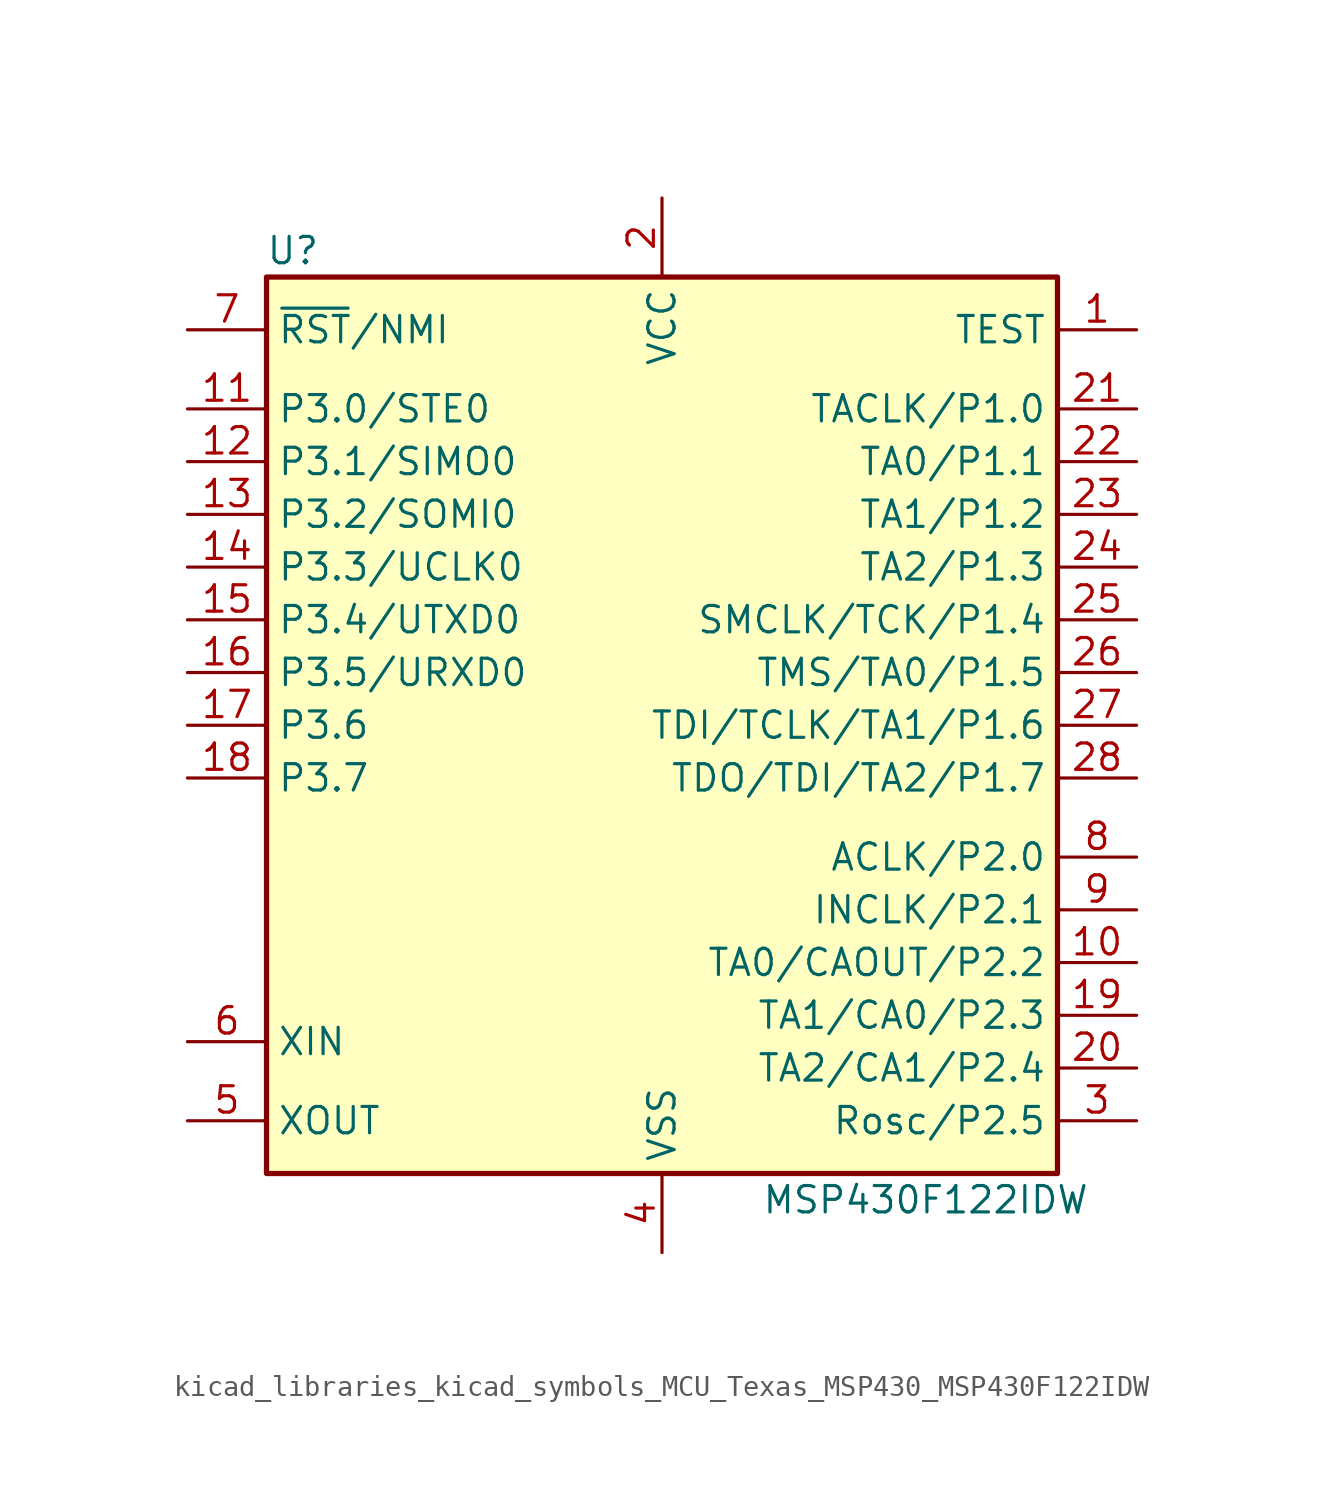
<source format=kicad_sym>
(kicad_symbol_lib
  (version 20220914)
  (generator kicad_symbol_editor)
  (symbol "kicad_libraries_kicad_symbols_MCU_Texas_MSP430_MSP430F122IDW"
    (property "Reference" "U"
      (at -17.78 22.86 0)
      (effects (font (size 1.27 1.27))))
    (property "Value" "MSP430F122IDW"
      (at 12.7 -22.86 0)
      (effects (font (size 1.27 1.27))))
    (symbol "kicad_libraries_kicad_symbols_MCU_Texas_MSP430_MSP430F122IDW_0_1"
      (rectangle (start -19.05 21.59) (end 19.05 -21.59) (stroke (width 0.254) (type default)) (fill (type background))))
    (symbol "kicad_libraries_kicad_symbols_MCU_Texas_MSP430_MSP430F122IDW_1_1"
      (pin input line (at 22.86 19.05 180) (length 3.81) (name "TEST" (effects (font (size 1.27 1.27)))) (number "1" (effects (font (size 1.27 1.27)))))
      (pin bidirectional line (at 22.86 -11.43 180) (length 3.81) (name "TA0/CAOUT/P2.2" (effects (font (size 1.27 1.27)))) (number "10" (effects (font (size 1.27 1.27)))))
      (pin bidirectional line (at -22.86 15.24 0) (length 3.81) (name "P3.0/STE0" (effects (font (size 1.27 1.27)))) (number "11" (effects (font (size 1.27 1.27)))))
      (pin bidirectional line (at -22.86 12.7 0) (length 3.81) (name "P3.1/SIMO0" (effects (font (size 1.27 1.27)))) (number "12" (effects (font (size 1.27 1.27)))))
      (pin bidirectional line (at -22.86 10.16 0) (length 3.81) (name "P3.2/SOMI0" (effects (font (size 1.27 1.27)))) (number "13" (effects (font (size 1.27 1.27)))))
      (pin bidirectional line (at -22.86 7.62 0) (length 3.81) (name "P3.3/UCLK0" (effects (font (size 1.27 1.27)))) (number "14" (effects (font (size 1.27 1.27)))))
      (pin bidirectional line (at -22.86 5.08 0) (length 3.81) (name "P3.4/UTXD0" (effects (font (size 1.27 1.27)))) (number "15" (effects (font (size 1.27 1.27)))))
      (pin bidirectional line (at -22.86 2.54 0) (length 3.81) (name "P3.5/URXD0" (effects (font (size 1.27 1.27)))) (number "16" (effects (font (size 1.27 1.27)))))
      (pin bidirectional line (at -22.86 0 0) (length 3.81) (name "P3.6" (effects (font (size 1.27 1.27)))) (number "17" (effects (font (size 1.27 1.27)))))
      (pin bidirectional line (at -22.86 -2.54 0) (length 3.81) (name "P3.7" (effects (font (size 1.27 1.27)))) (number "18" (effects (font (size 1.27 1.27)))))
      (pin bidirectional line (at 22.86 -13.97 180) (length 3.81) (name "TA1/CA0/P2.3" (effects (font (size 1.27 1.27)))) (number "19" (effects (font (size 1.27 1.27)))))
      (pin power_in line (at 0 25.4 270) (length 3.81) (name "VCC" (effects (font (size 1.27 1.27)))) (number "2" (effects (font (size 1.27 1.27)))))
      (pin bidirectional line (at 22.86 -16.51 180) (length 3.81) (name "TA2/CA1/P2.4" (effects (font (size 1.27 1.27)))) (number "20" (effects (font (size 1.27 1.27)))))
      (pin bidirectional line (at 22.86 15.24 180) (length 3.81) (name "TACLK/P1.0" (effects (font (size 1.27 1.27)))) (number "21" (effects (font (size 1.27 1.27)))))
      (pin bidirectional line (at 22.86 12.7 180) (length 3.81) (name "TA0/P1.1" (effects (font (size 1.27 1.27)))) (number "22" (effects (font (size 1.27 1.27)))))
      (pin bidirectional line (at 22.86 10.16 180) (length 3.81) (name "TA1/P1.2" (effects (font (size 1.27 1.27)))) (number "23" (effects (font (size 1.27 1.27)))))
      (pin bidirectional line (at 22.86 7.62 180) (length 3.81) (name "TA2/P1.3" (effects (font (size 1.27 1.27)))) (number "24" (effects (font (size 1.27 1.27)))))
      (pin bidirectional line (at 22.86 5.08 180) (length 3.81) (name "SMCLK/TCK/P1.4" (effects (font (size 1.27 1.27)))) (number "25" (effects (font (size 1.27 1.27)))))
      (pin bidirectional line (at 22.86 2.54 180) (length 3.81) (name "TMS/TA0/P1.5" (effects (font (size 1.27 1.27)))) (number "26" (effects (font (size 1.27 1.27)))))
      (pin bidirectional line (at 22.86 0 180) (length 3.81) (name "TDI/TCLK/TA1/P1.6" (effects (font (size 1.27 1.27)))) (number "27" (effects (font (size 1.27 1.27)))))
      (pin bidirectional line (at 22.86 -2.54 180) (length 3.81) (name "TDO/TDI/TA2/P1.7" (effects (font (size 1.27 1.27)))) (number "28" (effects (font (size 1.27 1.27)))))
      (pin bidirectional line (at 22.86 -19.05 180) (length 3.81) (name "Rosc/P2.5" (effects (font (size 1.27 1.27)))) (number "3" (effects (font (size 1.27 1.27)))))
      (pin power_in line (at 0 -25.4 90) (length 3.81) (name "VSS" (effects (font (size 1.27 1.27)))) (number "4" (effects (font (size 1.27 1.27)))))
      (pin output line (at -22.86 -19.05 0) (length 3.81) (name "XOUT" (effects (font (size 1.27 1.27)))) (number "5" (effects (font (size 1.27 1.27)))))
      (pin input line (at -22.86 -15.24 0) (length 3.81) (name "XIN" (effects (font (size 1.27 1.27)))) (number "6" (effects (font (size 1.27 1.27)))))
      (pin input line (at -22.86 19.05 0) (length 3.81) (name "~{RST}/NMI" (effects (font (size 1.27 1.27)))) (number "7" (effects (font (size 1.27 1.27)))))
      (pin bidirectional line (at 22.86 -6.35 180) (length 3.81) (name "ACLK/P2.0" (effects (font (size 1.27 1.27)))) (number "8" (effects (font (size 1.27 1.27)))))
      (pin bidirectional line (at 22.86 -8.89 180) (length 3.81) (name "INCLK/P2.1" (effects (font (size 1.27 1.27)))) (number "9" (effects (font (size 1.27 1.27))))))))
</source>
